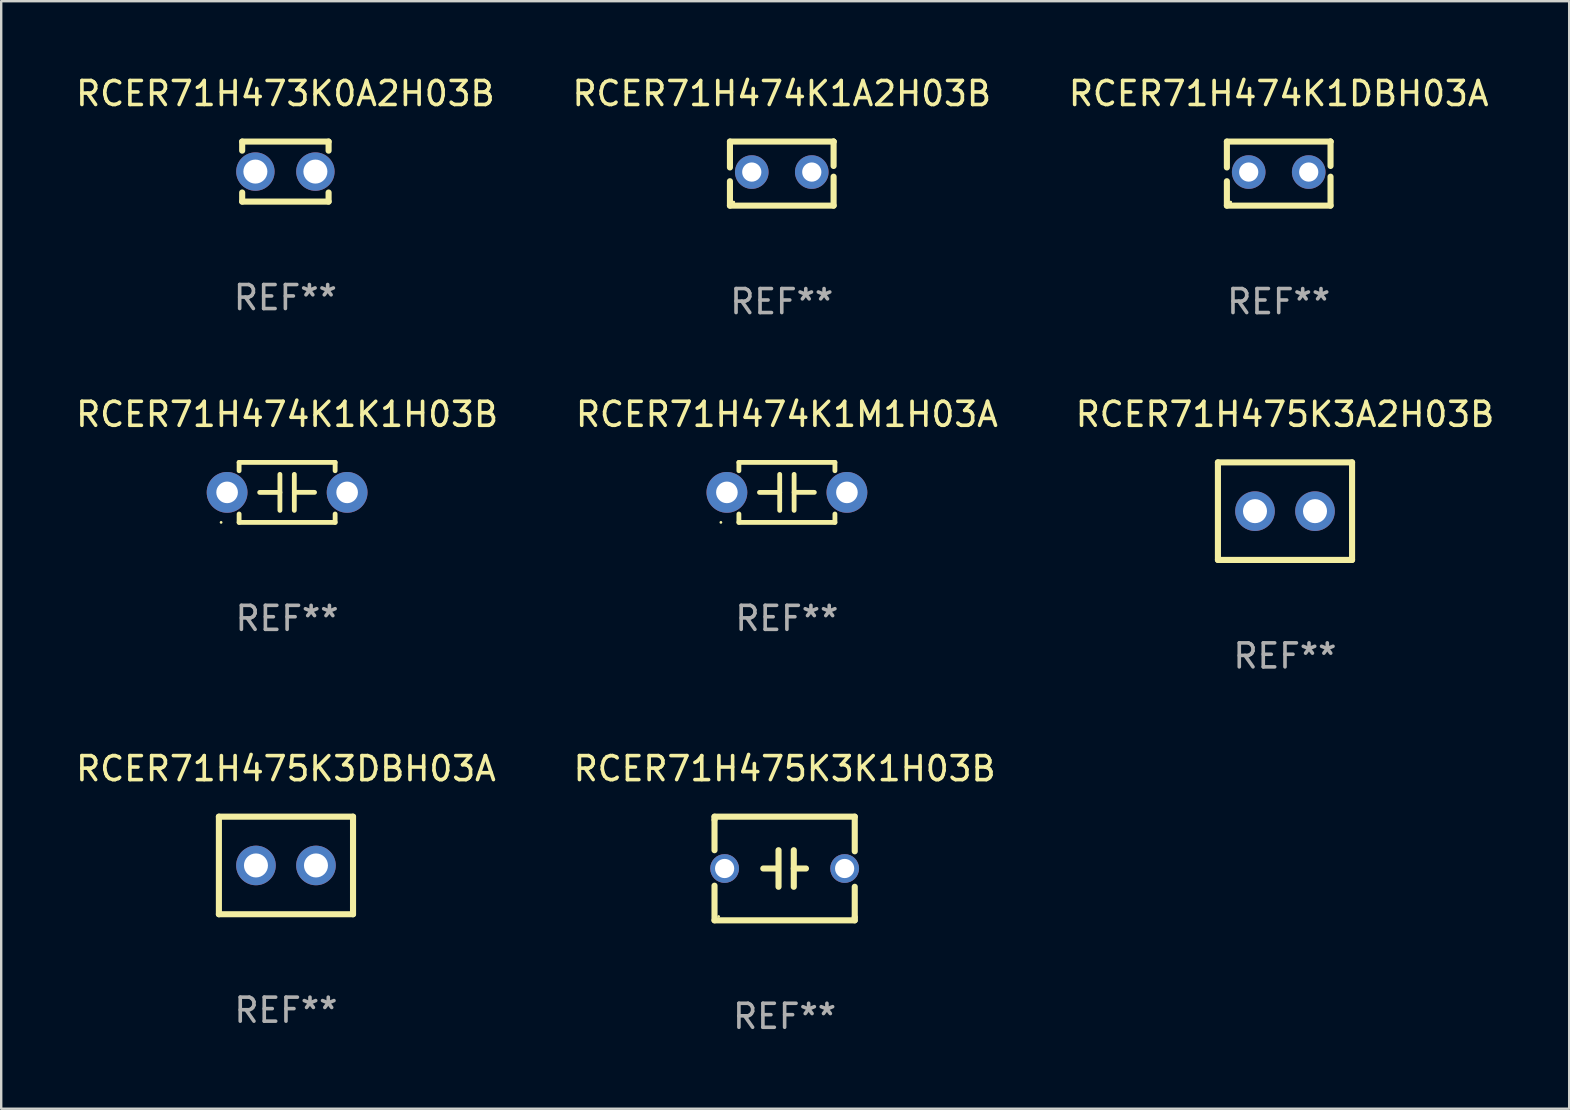
<source format=kicad_pcb>
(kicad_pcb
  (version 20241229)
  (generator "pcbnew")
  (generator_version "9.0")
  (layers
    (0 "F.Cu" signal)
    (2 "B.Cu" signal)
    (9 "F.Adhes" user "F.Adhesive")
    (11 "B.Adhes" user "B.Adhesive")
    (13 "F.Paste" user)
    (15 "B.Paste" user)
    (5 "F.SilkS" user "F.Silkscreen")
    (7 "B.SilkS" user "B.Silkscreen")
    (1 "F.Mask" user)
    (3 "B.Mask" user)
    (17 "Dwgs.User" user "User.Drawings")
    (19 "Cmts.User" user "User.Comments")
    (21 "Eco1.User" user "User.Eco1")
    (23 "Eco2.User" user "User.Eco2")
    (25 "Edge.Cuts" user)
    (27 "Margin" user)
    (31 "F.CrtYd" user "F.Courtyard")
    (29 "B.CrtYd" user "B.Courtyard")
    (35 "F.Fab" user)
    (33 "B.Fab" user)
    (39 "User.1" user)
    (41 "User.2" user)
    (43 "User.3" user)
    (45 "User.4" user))
  (footprint "RCER71H473K0A2H03B"
    (layer "F.Cu")
    (at 8.839 4.098)
    (property "Reference" "RCER71H473K0A2H03B" (at 0 -3.25 0) (layer "F.SilkS") (effects (font (size 1 1) (thickness 0.15))))
    (attr through_hole)
    (fp_line (start -1.8 -1.25) (end -1.8 -0.872) (stroke (width 0.254) (type solid)) (layer "F.SilkS"))
    (fp_line (start -1.8 -1.25) (end 1.8 -1.25) (stroke (width 0.254) (type solid)) (layer "F.SilkS"))
    (fp_line (start -1.8 0.872) (end -1.8 1.25) (stroke (width 0.254) (type solid)) (layer "F.SilkS"))
    (fp_line (start -1.8 1.25) (end 1.8 1.25) (stroke (width 0.254) (type solid)) (layer "F.SilkS"))
    (fp_line (start 1.8 -1.25) (end 1.8 -0.872) (stroke (width 0.254) (type solid)) (layer "F.SilkS"))
    (fp_line (start 1.8 0.872) (end 1.8 1.25) (stroke (width 0.254) (type solid)) (layer "F.SilkS"))
    (fp_circle (center -1.8 1.25) (end -1.77 1.25) (stroke (width 0.06) (type solid)) (fill no) (layer "F.SilkS"))
    (fp_text user "REF**" (at 0 5.25 0) (layer "F.Fab") (effects (font (size 1 1) (thickness 0.15))))
    (pad "1" thru_hole circle (at -1.25 0) (size 1.6 1.6) (drill 1) (layers "*.Cu" "*.Mask"))
    (pad "2" thru_hole circle (at 1.25 0) (size 1.6 1.6) (drill 1) (layers "*.Cu" "*.Mask")))
  (footprint "RCER71H474K1M1H03A"
    (layer "F.Cu")
    (at 29.732 17.462)
    (property "Reference" "RCER71H474K1M1H03A" (at 0 -3.25 0) (layer "F.SilkS") (effects (font (size 1 1) (thickness 0.15))))
    (attr through_hole)
    (fp_line (start -2 -1.25) (end -2 -0.901) (stroke (width 0.2) (type solid)) (layer "F.SilkS"))
    (fp_line (start -2 -1.25) (end 2 -1.25) (stroke (width 0.2) (type solid)) (layer "F.SilkS"))
    (fp_line (start -2 0.901) (end -2 1.25) (stroke (width 0.2) (type solid)) (layer "F.SilkS"))
    (fp_line (start -0.3 -0.75) (end -0.3 0.75) (stroke (width 0.2) (type solid)) (layer "F.SilkS"))
    (fp_line (start -0.3 0.001) (end -1.143 0.001) (stroke (width 0.2) (type solid)) (layer "F.SilkS"))
    (fp_line (start 0.3 -0.001) (end 1.143 -0.001) (stroke (width 0.2) (type solid)) (layer "F.SilkS"))
    (fp_line (start 0.3 0.75) (end 0.3 -0.75) (stroke (width 0.2) (type solid)) (layer "F.SilkS"))
    (fp_line (start 2 -1.25) (end 2 -0.901) (stroke (width 0.2) (type solid)) (layer "F.SilkS"))
    (fp_line (start 2 0.901) (end 2 1.25) (stroke (width 0.2) (type solid)) (layer "F.SilkS"))
    (fp_line (start 2 1.25) (end -2 1.25) (stroke (width 0.2) (type solid)) (layer "F.SilkS"))
    (fp_circle (center -2.75 1.25) (end -2.72 1.25) (stroke (width 0.06) (type solid)) (fill no) (layer "F.SilkS"))
    (fp_text user "REF**" (at 0 5.25 0) (layer "F.Fab") (effects (font (size 1 1) (thickness 0.15))))
    (pad "1" thru_hole circle (at -2.5 0) (size 1.7 1.7) (drill 0.9) (layers "*.Cu" "*.Mask"))
    (pad "2" thru_hole circle (at 2.5 0) (size 1.7 1.7) (drill 0.9) (layers "*.Cu" "*.Mask")))
  (footprint "RCER71H475K3A2H03B"
    (layer "F.Cu")
    (at 50.482 18.244)
    (property "Reference" "RCER71H475K3A2H03B" (at 0 -4.032 0) (layer "F.SilkS") (effects (font (size 1 1) (thickness 0.15))))
    (attr through_hole)
    (fp_line (start -2.794 -2.032) (end -2.794 2.032) (stroke (width 0.254) (type solid)) (layer "F.SilkS"))
    (fp_line (start -2.794 2.032) (end 2.794 2.032) (stroke (width 0.254) (type solid)) (layer "F.SilkS"))
    (fp_line (start 2.794 -2.032) (end -2.794 -2.032) (stroke (width 0.254) (type solid)) (layer "F.SilkS"))
    (fp_line (start 2.794 2.032) (end 2.794 -2.032) (stroke (width 0.254) (type solid)) (layer "F.SilkS"))
    (fp_circle (center -2.75 2) (end -2.72 2) (stroke (width 0.06) (type solid)) (fill no) (layer "F.SilkS"))
    (fp_text user "REF**" (at 0 6.032 0) (layer "F.Fab") (effects (font (size 1 1) (thickness 0.15))))
    (pad "1" thru_hole circle (at -1.25 0) (size 1.65 1.65) (drill 1) (layers "*.Cu" "*.Mask"))
    (pad "2" thru_hole circle (at 1.25 0) (size 1.65 1.65) (drill 1) (layers "*.Cu" "*.Mask")))
  (footprint "RCER71H474K1A2H03B"
    (layer "F.Cu")
    (at 29.518 4.182)
    (property "Reference" "RCER71H474K1A2H03B" (at 0 -3.334 0) (layer "F.SilkS") (effects (font (size 1 1) (thickness 0.15))))
    (attr through_hole)
    (fp_line (start -2.159 -1.334) (end 2.159 -1.334) (stroke (width 0.254) (type solid)) (layer "F.SilkS"))
    (fp_line (start -2.159 -0.256) (end -2.159 -1.334) (stroke (width 0.254) (type solid)) (layer "F.SilkS"))
    (fp_line (start -2.159 1.334) (end -2.159 0.318) (stroke (width 0.254) (type solid)) (layer "F.SilkS"))
    (fp_line (start 2.159 -1.334) (end 2.159 -1.334) (stroke (width 0.254) (type solid)) (layer "F.SilkS"))
    (fp_line (start 2.159 -1.334) (end 2.159 -0.318) (stroke (width 0.254) (type solid)) (layer "F.SilkS"))
    (fp_line (start 2.159 0.129) (end 2.159 1.334) (stroke (width 0.254) (type solid)) (layer "F.SilkS"))
    (fp_line (start 2.159 1.334) (end -2.159 1.334) (stroke (width 0.254) (type solid)) (layer "F.SilkS"))
    (fp_circle (center -2 1.186) (end -1.97 1.186) (stroke (width 0.06) (type solid)) (fill no) (layer "F.SilkS"))
    (fp_text user "REF**" (at 0 5.334 0) (layer "F.Fab") (effects (font (size 1 1) (thickness 0.15))))
    (pad "1" thru_hole circle (at -1.25 -0.064) (size 1.4 1.4) (drill 0.8) (layers "*.Cu" "*.Mask"))
    (pad "2" thru_hole circle (at 1.25 -0.064) (size 1.4 1.4) (drill 0.8) (layers "*.Cu" "*.Mask")))
  (footprint "RCER71H475K3K1H03B"
    (layer "F.Cu")
    (at 29.637 33.131)
    (property "Reference" "RCER71H475K3K1H03B" (at 0 -4.159 0) (layer "F.SilkS") (effects (font (size 1 1) (thickness 0.15))))
    (attr through_hole)
    (fp_line (start -2.921 -2.159) (end 2.921 -2.159) (stroke (width 0.254) (type solid)) (layer "F.SilkS"))
    (fp_line (start -2.921 -2.032) (end -2.921 -2.159) (stroke (width 0.254) (type solid)) (layer "F.SilkS"))
    (fp_line (start -2.921 -0.762) (end -2.921 -2.032) (stroke (width 0.254) (type solid)) (layer "F.SilkS"))
    (fp_line (start -2.921 2.159) (end -2.921 0.716) (stroke (width 0.254) (type solid)) (layer "F.SilkS"))
    (fp_line (start -0.381 -0.000025) (end -0.889 -0.000025) (stroke (width 0.254) (type solid)) (layer "F.SilkS"))
    (fp_line (start -0.254 -0.762) (end -0.254 0.762) (stroke (width 0.254) (type solid)) (layer "F.SilkS"))
    (fp_line (start 0.381 -0.762) (end 0.381 0.762) (stroke (width 0.254) (type solid)) (layer "F.SilkS"))
    (fp_line (start 0.381 0.000025) (end 0.889 0.000025) (stroke (width 0.254) (type solid)) (layer "F.SilkS"))
    (fp_line (start 2.921 -2.159) (end 2.921 -0.716) (stroke (width 0.254) (type solid)) (layer "F.SilkS"))
    (fp_line (start 2.921 0.762) (end 2.921 2.032) (stroke (width 0.254) (type solid)) (layer "F.SilkS"))
    (fp_line (start 2.921 2.032) (end 2.921 2.159) (stroke (width 0.254) (type solid)) (layer "F.SilkS"))
    (fp_line (start 2.921 2.159) (end -2.921 2.159) (stroke (width 0.254) (type solid)) (layer "F.SilkS"))
    (fp_circle (center -2.75 2) (end -2.72 2) (stroke (width 0.06) (type solid)) (fill no) (layer "F.SilkS"))
    (fp_text user "REF**" (at 0 6.159 0) (layer "F.Fab") (effects (font (size 1 1) (thickness 0.15))))
    (pad "1" thru_hole circle (at -2.5 0) (size 1.2 1.2) (drill 0.8) (layers "*.Cu" "*.Mask"))
    (pad "2" thru_hole circle (at 2.5 0) (size 1.2 1.2) (drill 0.8) (layers "*.Cu" "*.Mask")))
  (footprint "RCER71H474K1K1H03B"
    (layer "F.Cu")
    (at 8.911 17.462)
    (property "Reference" "RCER71H474K1K1H03B" (at 0 -3.25 0) (layer "F.SilkS") (effects (font (size 1 1) (thickness 0.15))))
    (attr through_hole)
    (fp_line (start -2 -1.25) (end -2 -0.901) (stroke (width 0.2) (type solid)) (layer "F.SilkS"))
    (fp_line (start -2 -1.25) (end 2 -1.25) (stroke (width 0.2) (type solid)) (layer "F.SilkS"))
    (fp_line (start -2 0.901) (end -2 1.25) (stroke (width 0.2) (type solid)) (layer "F.SilkS"))
    (fp_line (start -0.3 -0.75) (end -0.3 0.75) (stroke (width 0.2) (type solid)) (layer "F.SilkS"))
    (fp_line (start -0.3 0.001) (end -1.143 0.001) (stroke (width 0.2) (type solid)) (layer "F.SilkS"))
    (fp_line (start 0.3 -0.001) (end 1.143 -0.001) (stroke (width 0.2) (type solid)) (layer "F.SilkS"))
    (fp_line (start 0.3 0.75) (end 0.3 -0.75) (stroke (width 0.2) (type solid)) (layer "F.SilkS"))
    (fp_line (start 2 -1.25) (end 2 -0.901) (stroke (width 0.2) (type solid)) (layer "F.SilkS"))
    (fp_line (start 2 0.901) (end 2 1.25) (stroke (width 0.2) (type solid)) (layer "F.SilkS"))
    (fp_line (start 2 1.25) (end -2 1.25) (stroke (width 0.2) (type solid)) (layer "F.SilkS"))
    (fp_circle (center -2.75 1.25) (end -2.72 1.25) (stroke (width 0.06) (type solid)) (fill no) (layer "F.SilkS"))
    (fp_text user "REF**" (at 0 5.25 0) (layer "F.Fab") (effects (font (size 1 1) (thickness 0.15))))
    (pad "1" thru_hole circle (at -2.5 0) (size 1.7 1.7) (drill 0.9) (layers "*.Cu" "*.Mask"))
    (pad "2" thru_hole circle (at 2.5 0) (size 1.7 1.7) (drill 0.9) (layers "*.Cu" "*.Mask")))
  (footprint "RCER71H474K1DBH03A"
    (layer "F.Cu")
    (at 50.22 4.182)
    (property "Reference" "RCER71H474K1DBH03A" (at 0 -3.334 0) (layer "F.SilkS") (effects (font (size 1 1) (thickness 0.15))))
    (attr through_hole)
    (fp_line (start -2.159 -1.334) (end 2.159 -1.334) (stroke (width 0.254) (type solid)) (layer "F.SilkS"))
    (fp_line (start -2.159 -0.256) (end -2.159 -1.334) (stroke (width 0.254) (type solid)) (layer "F.SilkS"))
    (fp_line (start -2.159 1.334) (end -2.159 0.318) (stroke (width 0.254) (type solid)) (layer "F.SilkS"))
    (fp_line (start 2.159 -1.334) (end 2.159 -1.334) (stroke (width 0.254) (type solid)) (layer "F.SilkS"))
    (fp_line (start 2.159 -1.334) (end 2.159 -0.318) (stroke (width 0.254) (type solid)) (layer "F.SilkS"))
    (fp_line (start 2.159 0.129) (end 2.159 1.334) (stroke (width 0.254) (type solid)) (layer "F.SilkS"))
    (fp_line (start 2.159 1.334) (end -2.159 1.334) (stroke (width 0.254) (type solid)) (layer "F.SilkS"))
    (fp_circle (center -2 1.186) (end -1.97 1.186) (stroke (width 0.06) (type solid)) (fill no) (layer "F.SilkS"))
    (fp_text user "REF**" (at 0 5.334 0) (layer "F.Fab") (effects (font (size 1 1) (thickness 0.15))))
    (pad "1" thru_hole circle (at -1.25 -0.064) (size 1.4 1.4) (drill 0.8) (layers "*.Cu" "*.Mask"))
    (pad "2" thru_hole circle (at 1.25 -0.064) (size 1.4 1.4) (drill 0.8) (layers "*.Cu" "*.Mask")))
  (footprint "RCER71H475K3DBH03A"
    (layer "F.Cu")
    (at 8.863 33.004)
    (property "Reference" "RCER71H475K3DBH03A" (at 0 -4.032 0) (layer "F.SilkS") (effects (font (size 1 1) (thickness 0.15))))
    (attr through_hole)
    (fp_line (start -2.794 -2.032) (end -2.794 2.032) (stroke (width 0.254) (type solid)) (layer "F.SilkS"))
    (fp_line (start -2.794 2.032) (end 2.794 2.032) (stroke (width 0.254) (type solid)) (layer "F.SilkS"))
    (fp_line (start 2.794 -2.032) (end -2.794 -2.032) (stroke (width 0.254) (type solid)) (layer "F.SilkS"))
    (fp_line (start 2.794 2.032) (end 2.794 -2.032) (stroke (width 0.254) (type solid)) (layer "F.SilkS"))
    (fp_circle (center -2.75 2) (end -2.72 2) (stroke (width 0.06) (type solid)) (fill no) (layer "F.SilkS"))
    (fp_text user "REF**" (at 0 6.032 0) (layer "F.Fab") (effects (font (size 1 1) (thickness 0.15))))
    (pad "1" thru_hole circle (at -1.25 0) (size 1.65 1.65) (drill 1) (layers "*.Cu" "*.Mask"))
    (pad "2" thru_hole circle (at 1.25 0) (size 1.65 1.65) (drill 1) (layers "*.Cu" "*.Mask")))
  (gr_rect
    (start -3 -3)
    (end 62.321 43.139)
    (stroke (width 0.1) (type default))
    (fill no)
    (layer "Edge.Cuts")))
</source>
